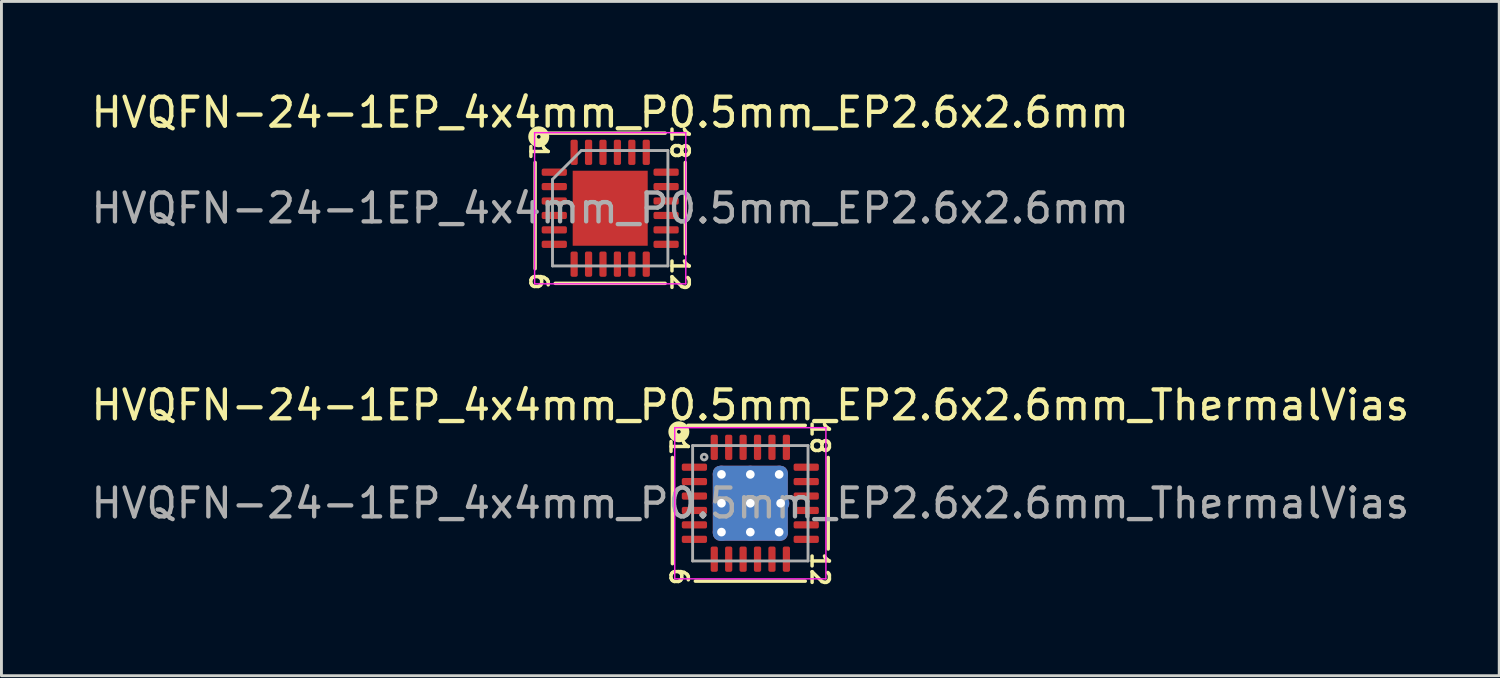
<source format=kicad_pcb>
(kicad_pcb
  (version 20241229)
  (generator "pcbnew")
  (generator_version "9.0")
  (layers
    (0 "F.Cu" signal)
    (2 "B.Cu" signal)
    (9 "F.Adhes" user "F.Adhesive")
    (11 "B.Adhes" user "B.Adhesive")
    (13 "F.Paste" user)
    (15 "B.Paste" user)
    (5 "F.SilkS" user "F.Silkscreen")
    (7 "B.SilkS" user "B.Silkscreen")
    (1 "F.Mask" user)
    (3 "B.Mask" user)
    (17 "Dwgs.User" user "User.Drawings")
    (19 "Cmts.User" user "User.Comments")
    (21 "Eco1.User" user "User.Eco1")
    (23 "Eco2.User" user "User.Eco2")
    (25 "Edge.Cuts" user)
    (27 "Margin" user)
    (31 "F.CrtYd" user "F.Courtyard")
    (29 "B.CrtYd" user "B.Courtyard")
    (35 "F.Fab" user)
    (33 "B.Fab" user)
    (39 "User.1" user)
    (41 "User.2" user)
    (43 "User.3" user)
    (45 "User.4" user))
  (footprint "HVQFN-24-1EP_4x4mm_P0.5mm_EP2.6x2.6mm"
    (layer "F.Cu")
    (at 18.101 4.168)
    (property "Reference" "HVQFN-24-1EP_4x4mm_P0.5mm_EP2.6x2.6mm" (at 0 -3.32 0) (layer "F.SilkS") (effects (font (size 1 1) (thickness 0.15))))
    (attr smd)
    (fp_line (start -2.603 2.095) (end -2.603 -1.587) (stroke (width 0.12) (type solid)) (layer "F.SilkS"))
    (fp_line (start -2.159 -2.603) (end 1.905 -2.603) (stroke (width 0.12) (type solid)) (layer "F.SilkS"))
    (fp_line (start 1.905 2.603) (end -1.905 2.603) (stroke (width 0.12) (type solid)) (layer "F.SilkS"))
    (fp_line (start 2.603 -1.587) (end 2.603 1.587) (stroke (width 0.12) (type solid)) (layer "F.SilkS"))
    (fp_circle (center -2.477 -2.477) (end -2.413 -2.477) (stroke (width 0.3) (type solid)) (fill no) (layer "F.SilkS"))
    (fp_line (start -2.62 -2.62) (end -2.62 2.62) (stroke (width 0.05) (type solid)) (layer "F.CrtYd"))
    (fp_line (start -2.62 2.62) (end 2.62 2.62) (stroke (width 0.05) (type solid)) (layer "F.CrtYd"))
    (fp_line (start 2.62 -2.62) (end -2.62 -2.62) (stroke (width 0.05) (type solid)) (layer "F.CrtYd"))
    (fp_line (start 2.62 2.62) (end 2.62 -2.62) (stroke (width 0.05) (type solid)) (layer "F.CrtYd"))
    (fp_line (start -2 -1) (end -1 -2) (stroke (width 0.1) (type solid)) (layer "F.Fab"))
    (fp_line (start -2 2) (end -2 -1) (stroke (width 0.1) (type solid)) (layer "F.Fab"))
    (fp_line (start -1 -2) (end 2 -2) (stroke (width 0.1) (type solid)) (layer "F.Fab"))
    (fp_line (start 2 -2) (end 2 2) (stroke (width 0.1) (type solid)) (layer "F.Fab"))
    (fp_line (start 2 2) (end -2 2) (stroke (width 0.1) (type solid)) (layer "F.Fab"))
    (fp_text user "18" (at 2.413 -2.286 270) (unlocked yes) (layer "F.SilkS") (effects (font (size 0.6 0.6) (thickness 0.12))))
    (fp_text user "1" (at -2.477 -1.968 270) (unlocked yes) (layer "F.SilkS") (effects (font (size 0.6 0.6) (thickness 0.12))))
    (fp_text user "12" (at 2.413 2.286 270) (unlocked yes) (layer "F.SilkS") (effects (font (size 0.6 0.6) (thickness 0.12))))
    (fp_text user "6" (at -2.477 2.54 270) (unlocked yes) (layer "F.SilkS") (effects (font (size 0.6 0.6) (thickness 0.12))))
    (fp_text user "${REFERENCE}" (at 0 0 0) (layer "F.Fab") (effects (font (size 1 1) (thickness 0.15))))
    (pad "" smd roundrect (at -0.87 -0.87) (size 0.7 0.7) (layers "F.Paste") (roundrect_rratio 0.25))
    (pad "" smd roundrect (at -0.87 0) (size 0.7 0.7) (layers "F.Paste") (roundrect_rratio 0.25))
    (pad "" smd roundrect (at -0.87 0.87) (size 0.7 0.7) (layers "F.Paste") (roundrect_rratio 0.25))
    (pad "" smd roundrect (at 0 -0.87) (size 0.7 0.7) (layers "F.Paste") (roundrect_rratio 0.25))
    (pad "" smd roundrect (at 0 0) (size 0.7 0.7) (layers "F.Paste") (roundrect_rratio 0.25))
    (pad "" smd roundrect (at 0 0.87) (size 0.7 0.7) (layers "F.Paste") (roundrect_rratio 0.25))
    (pad "" smd roundrect (at 0.87 -0.87) (size 0.7 0.7) (layers "F.Paste") (roundrect_rratio 0.25))
    (pad "" smd roundrect (at 0.87 0) (size 0.7 0.7) (layers "F.Paste") (roundrect_rratio 0.25))
    (pad "" smd roundrect (at 0.87 0.87) (size 0.7 0.7) (layers "F.Paste") (roundrect_rratio 0.25))
    (pad "1" smd roundrect (at -1.938 -1.25) (size 0.875 0.25) (layers "F.Cu" "F.Mask" "F.Paste") (roundrect_rratio 0.25))
    (pad "2" smd roundrect (at -1.938 -0.75) (size 0.875 0.25) (layers "F.Cu" "F.Mask" "F.Paste") (roundrect_rratio 0.25))
    (pad "3" smd roundrect (at -1.938 -0.25) (size 0.875 0.25) (layers "F.Cu" "F.Mask" "F.Paste") (roundrect_rratio 0.25))
    (pad "4" smd roundrect (at -1.938 0.25) (size 0.875 0.25) (layers "F.Cu" "F.Mask" "F.Paste") (roundrect_rratio 0.25))
    (pad "5" smd roundrect (at -1.938 0.75) (size 0.875 0.25) (layers "F.Cu" "F.Mask" "F.Paste") (roundrect_rratio 0.25))
    (pad "6" smd roundrect (at -1.938 1.25) (size 0.875 0.25) (layers "F.Cu" "F.Mask" "F.Paste") (roundrect_rratio 0.25))
    (pad "7" smd roundrect (at -1.25 1.938) (size 0.25 0.875) (layers "F.Cu" "F.Mask" "F.Paste") (roundrect_rratio 0.25))
    (pad "8" smd roundrect (at -0.75 1.938) (size 0.25 0.875) (layers "F.Cu" "F.Mask" "F.Paste") (roundrect_rratio 0.25))
    (pad "9" smd roundrect (at -0.25 1.938) (size 0.25 0.875) (layers "F.Cu" "F.Mask" "F.Paste") (roundrect_rratio 0.25))
    (pad "10" smd roundrect (at 0.25 1.938) (size 0.25 0.875) (layers "F.Cu" "F.Mask" "F.Paste") (roundrect_rratio 0.25))
    (pad "11" smd roundrect (at 0.75 1.938) (size 0.25 0.875) (layers "F.Cu" "F.Mask" "F.Paste") (roundrect_rratio 0.25))
    (pad "12" smd roundrect (at 1.25 1.938) (size 0.25 0.875) (layers "F.Cu" "F.Mask" "F.Paste") (roundrect_rratio 0.25))
    (pad "13" smd roundrect (at 1.938 1.25) (size 0.875 0.25) (layers "F.Cu" "F.Mask" "F.Paste") (roundrect_rratio 0.25))
    (pad "14" smd roundrect (at 1.938 0.75) (size 0.875 0.25) (layers "F.Cu" "F.Mask" "F.Paste") (roundrect_rratio 0.25))
    (pad "15" smd roundrect (at 1.938 0.25) (size 0.875 0.25) (layers "F.Cu" "F.Mask" "F.Paste") (roundrect_rratio 0.25))
    (pad "16" smd roundrect (at 1.938 -0.25) (size 0.875 0.25) (layers "F.Cu" "F.Mask" "F.Paste") (roundrect_rratio 0.25))
    (pad "17" smd roundrect (at 1.938 -0.75) (size 0.875 0.25) (layers "F.Cu" "F.Mask" "F.Paste") (roundrect_rratio 0.25))
    (pad "18" smd roundrect (at 1.938 -1.25) (size 0.875 0.25) (layers "F.Cu" "F.Mask" "F.Paste") (roundrect_rratio 0.25))
    (pad "19" smd roundrect (at 1.25 -1.938) (size 0.25 0.875) (layers "F.Cu" "F.Mask" "F.Paste") (roundrect_rratio 0.25))
    (pad "20" smd roundrect (at 0.75 -1.938) (size 0.25 0.875) (layers "F.Cu" "F.Mask" "F.Paste") (roundrect_rratio 0.25))
    (pad "21" smd roundrect (at 0.25 -1.938) (size 0.25 0.875) (layers "F.Cu" "F.Mask" "F.Paste") (roundrect_rratio 0.25))
    (pad "22" smd roundrect (at -0.25 -1.938) (size 0.25 0.875) (layers "F.Cu" "F.Mask" "F.Paste") (roundrect_rratio 0.25))
    (pad "23" smd roundrect (at -0.75 -1.938) (size 0.25 0.875) (layers "F.Cu" "F.Mask" "F.Paste") (roundrect_rratio 0.25))
    (pad "24" smd roundrect (at -1.25 -1.938) (size 0.25 0.875) (layers "F.Cu" "F.Mask" "F.Paste") (roundrect_rratio 0.25))
    (pad "25" smd rect (at 0 0) (size 2.6 2.6) (layers "F.Cu" "F.Mask")))
  (footprint "HVQFN-24-1EP_4x4mm_P0.5mm_EP2.6x2.6mm_ThermalVias"
    (layer "F.Cu")
    (at 22.958 14.394)
    (property "Reference" "HVQFN-24-1EP_4x4mm_P0.5mm_EP2.6x2.6mm_ThermalVias" (at 0 -3.4 0) (layer "F.SilkS") (effects (font (size 1 1) (thickness 0.15))))
    (attr smd)
    (fp_line (start -2.7 2.095) (end -2.7 -1.587) (stroke (width 0.12) (type solid)) (layer "F.SilkS"))
    (fp_line (start -2.159 -2.7) (end 1.905 -2.7) (stroke (width 0.12) (type solid)) (layer "F.SilkS"))
    (fp_line (start 1.905 2.7) (end -1.905 2.7) (stroke (width 0.12) (type solid)) (layer "F.SilkS"))
    (fp_line (start 2.7 -1.587) (end 2.7 1.587) (stroke (width 0.12) (type solid)) (layer "F.SilkS"))
    (fp_circle (center -2.477 -2.477) (end -2.413 -2.477) (stroke (width 0.3) (type solid)) (fill no) (layer "F.SilkS"))
    (fp_line (start -2.62 -2.62) (end -2.62 2.62) (stroke (width 0.05) (type solid)) (layer "F.CrtYd"))
    (fp_line (start -2.62 2.62) (end 2.62 2.62) (stroke (width 0.05) (type solid)) (layer "F.CrtYd"))
    (fp_line (start 2.62 -2.62) (end -2.62 -2.62) (stroke (width 0.05) (type solid)) (layer "F.CrtYd"))
    (fp_line (start 2.62 2.62) (end 2.62 -2.62) (stroke (width 0.05) (type solid)) (layer "F.CrtYd"))
    (fp_line (start -2 -2) (end 2 -2) (stroke (width 0.1) (type solid)) (layer "F.Fab"))
    (fp_line (start -2 2) (end -2 -2) (stroke (width 0.1) (type solid)) (layer "F.Fab"))
    (fp_line (start 2 -2) (end 2 2) (stroke (width 0.1) (type solid)) (layer "F.Fab"))
    (fp_line (start 2 2) (end -2 2) (stroke (width 0.1) (type solid)) (layer "F.Fab"))
    (fp_circle (center -1.6 -1.6) (end -1.5 -1.6) (stroke (width 0.1) (type solid)) (fill no) (layer "F.Fab"))
    (fp_text user "18" (at 2.413 -2.286 270) (unlocked yes) (layer "F.SilkS") (effects (font (size 0.6 0.6) (thickness 0.12))))
    (fp_text user "6" (at -2.477 2.54 270) (unlocked yes) (layer "F.SilkS") (effects (font (size 0.6 0.6) (thickness 0.12))))
    (fp_text user "12" (at 2.413 2.286 270) (unlocked yes) (layer "F.SilkS") (effects (font (size 0.6 0.6) (thickness 0.12))))
    (fp_text user "1" (at -2.477 -1.968 270) (unlocked yes) (layer "F.SilkS") (effects (font (size 0.6 0.6) (thickness 0.12))))
    (fp_text user "${REFERENCE}" (at 0 0 0) (layer "F.Fab") (effects (font (size 1 1) (thickness 0.15))))
    (pad "" smd custom (at -0.525 -0.525) (size 0.825 0.825) (layers "F.Paste") (options (anchor circle)) (primitives (gr_poly (pts (xy 0.343 -0.227) (xy 0.343 0.227) (xy 0.227 0.343) (xy -0.227 0.343) (xy -0.343 0.227) (xy -0.343 -0.227) (xy -0.227 -0.343) (xy 0.227 -0.343)) (width 0.279) (fill yes))))
    (pad "" smd custom (at -0.525 0.525) (size 0.825 0.825) (layers "F.Paste") (options (anchor circle)) (primitives (gr_poly (pts (xy 0.343 -0.227) (xy 0.343 0.227) (xy 0.227 0.343) (xy -0.227 0.343) (xy -0.343 0.227) (xy -0.343 -0.227) (xy -0.227 -0.343) (xy 0.227 -0.343)) (width 0.279) (fill yes))))
    (pad "" smd custom (at 0.525 -0.525) (size 0.825 0.825) (layers "F.Paste") (options (anchor circle)) (primitives (gr_poly (pts (xy 0.343 -0.227) (xy 0.343 0.227) (xy 0.227 0.343) (xy -0.227 0.343) (xy -0.343 0.227) (xy -0.343 -0.227) (xy -0.227 -0.343) (xy 0.227 -0.343)) (width 0.279) (fill yes))))
    (pad "" smd custom (at 0.525 0.525) (size 0.825 0.825) (layers "F.Paste") (options (anchor circle)) (primitives (gr_poly (pts (xy 0.343 -0.227) (xy 0.343 0.227) (xy 0.227 0.343) (xy -0.227 0.343) (xy -0.343 0.227) (xy -0.343 -0.227) (xy -0.227 -0.343) (xy 0.227 -0.343)) (width 0.279) (fill yes))))
    (pad "1" smd roundrect (at -1.938 -1.25) (size 0.875 0.25) (layers "F.Cu" "F.Mask" "F.Paste") (roundrect_rratio 0.25))
    (pad "2" smd roundrect (at -1.938 -0.75) (size 0.875 0.25) (layers "F.Cu" "F.Mask" "F.Paste") (roundrect_rratio 0.25))
    (pad "3" smd roundrect (at -1.938 -0.25) (size 0.875 0.25) (layers "F.Cu" "F.Mask" "F.Paste") (roundrect_rratio 0.25))
    (pad "4" smd roundrect (at -1.938 0.25) (size 0.875 0.25) (layers "F.Cu" "F.Mask" "F.Paste") (roundrect_rratio 0.25))
    (pad "5" smd roundrect (at -1.938 0.75) (size 0.875 0.25) (layers "F.Cu" "F.Mask" "F.Paste") (roundrect_rratio 0.25))
    (pad "6" smd roundrect (at -1.938 1.25) (size 0.875 0.25) (layers "F.Cu" "F.Mask" "F.Paste") (roundrect_rratio 0.25))
    (pad "7" smd roundrect (at -1.25 1.938) (size 0.25 0.875) (layers "F.Cu" "F.Mask" "F.Paste") (roundrect_rratio 0.25))
    (pad "8" smd roundrect (at -0.75 1.938) (size 0.25 0.875) (layers "F.Cu" "F.Mask" "F.Paste") (roundrect_rratio 0.25))
    (pad "9" smd roundrect (at -0.25 1.938) (size 0.25 0.875) (layers "F.Cu" "F.Mask" "F.Paste") (roundrect_rratio 0.25))
    (pad "10" smd roundrect (at 0.25 1.938) (size 0.25 0.875) (layers "F.Cu" "F.Mask" "F.Paste") (roundrect_rratio 0.25))
    (pad "11" smd roundrect (at 0.75 1.938) (size 0.25 0.875) (layers "F.Cu" "F.Mask" "F.Paste") (roundrect_rratio 0.25))
    (pad "12" smd roundrect (at 1.25 1.938) (size 0.25 0.875) (layers "F.Cu" "F.Mask" "F.Paste") (roundrect_rratio 0.25))
    (pad "13" smd roundrect (at 1.938 1.25) (size 0.875 0.25) (layers "F.Cu" "F.Mask" "F.Paste") (roundrect_rratio 0.25))
    (pad "14" smd roundrect (at 1.938 0.75) (size 0.875 0.25) (layers "F.Cu" "F.Mask" "F.Paste") (roundrect_rratio 0.25))
    (pad "15" smd roundrect (at 1.938 0.25) (size 0.875 0.25) (layers "F.Cu" "F.Mask" "F.Paste") (roundrect_rratio 0.25))
    (pad "16" smd roundrect (at 1.938 -0.25) (size 0.875 0.25) (layers "F.Cu" "F.Mask" "F.Paste") (roundrect_rratio 0.25))
    (pad "17" smd roundrect (at 1.938 -0.75) (size 0.875 0.25) (layers "F.Cu" "F.Mask" "F.Paste") (roundrect_rratio 0.25))
    (pad "18" smd roundrect (at 1.938 -1.25) (size 0.875 0.25) (layers "F.Cu" "F.Mask" "F.Paste") (roundrect_rratio 0.25))
    (pad "19" smd roundrect (at 1.25 -1.938) (size 0.25 0.875) (layers "F.Cu" "F.Mask" "F.Paste") (roundrect_rratio 0.25))
    (pad "20" smd roundrect (at 0.75 -1.938) (size 0.25 0.875) (layers "F.Cu" "F.Mask" "F.Paste") (roundrect_rratio 0.25))
    (pad "21" smd roundrect (at 0.25 -1.938) (size 0.25 0.875) (layers "F.Cu" "F.Mask" "F.Paste") (roundrect_rratio 0.25))
    (pad "22" smd roundrect (at -0.25 -1.938) (size 0.25 0.875) (layers "F.Cu" "F.Mask" "F.Paste") (roundrect_rratio 0.25))
    (pad "23" smd roundrect (at -0.75 -1.938) (size 0.25 0.875) (layers "F.Cu" "F.Mask" "F.Paste") (roundrect_rratio 0.25))
    (pad "24" smd roundrect (at -1.25 -1.938) (size 0.25 0.875) (layers "F.Cu" "F.Mask" "F.Paste") (roundrect_rratio 0.25))
    (pad "25" thru_hole circle (at -1 -1) (size 0.6 0.6) (drill 0.3) (property pad_prop_heatsink) (layers "*.Cu"))
    (pad "25" thru_hole circle (at -1 0) (size 0.6 0.6) (drill 0.3) (property pad_prop_heatsink) (layers "*.Cu"))
    (pad "25" thru_hole circle (at -1 1) (size 0.6 0.6) (drill 0.3) (property pad_prop_heatsink) (layers "*.Cu"))
    (pad "25" thru_hole circle (at 0 -1) (size 0.6 0.6) (drill 0.3) (property pad_prop_heatsink) (layers "*.Cu"))
    (pad "25" thru_hole circle (at 0 0) (size 0.6 0.6) (drill 0.3) (property pad_prop_heatsink) (layers "*.Cu"))
    (pad "25" smd roundrect (at 0 0) (size 2.6 2.6) (layers "F.Cu" "F.Mask") (roundrect_rratio 0.096))
    (pad "25" smd roundrect (at 0 0) (size 2.6 2.6) (layers "B.Cu" "B.Mask") (roundrect_rratio 0.096))
    (pad "25" thru_hole circle (at 0 1) (size 0.6 0.6) (drill 0.3) (property pad_prop_heatsink) (layers "*.Cu"))
    (pad "25" thru_hole circle (at 1 -1) (size 0.6 0.6) (drill 0.3) (property pad_prop_heatsink) (layers "*.Cu"))
    (pad "25" thru_hole circle (at 1 1) (size 0.6 0.6) (drill 0.3) (property pad_prop_heatsink) (layers "*.Cu"))
    (pad "25" thru_hole circle (at 1.05 0) (size 0.6 0.6) (drill 0.3) (property pad_prop_heatsink) (layers "*.Cu")))
  (gr_rect
    (start -3 -3)
    (end 48.917 20.371)
    (stroke (width 0.1) (type default))
    (fill no)
    (layer "Edge.Cuts")))
</source>
